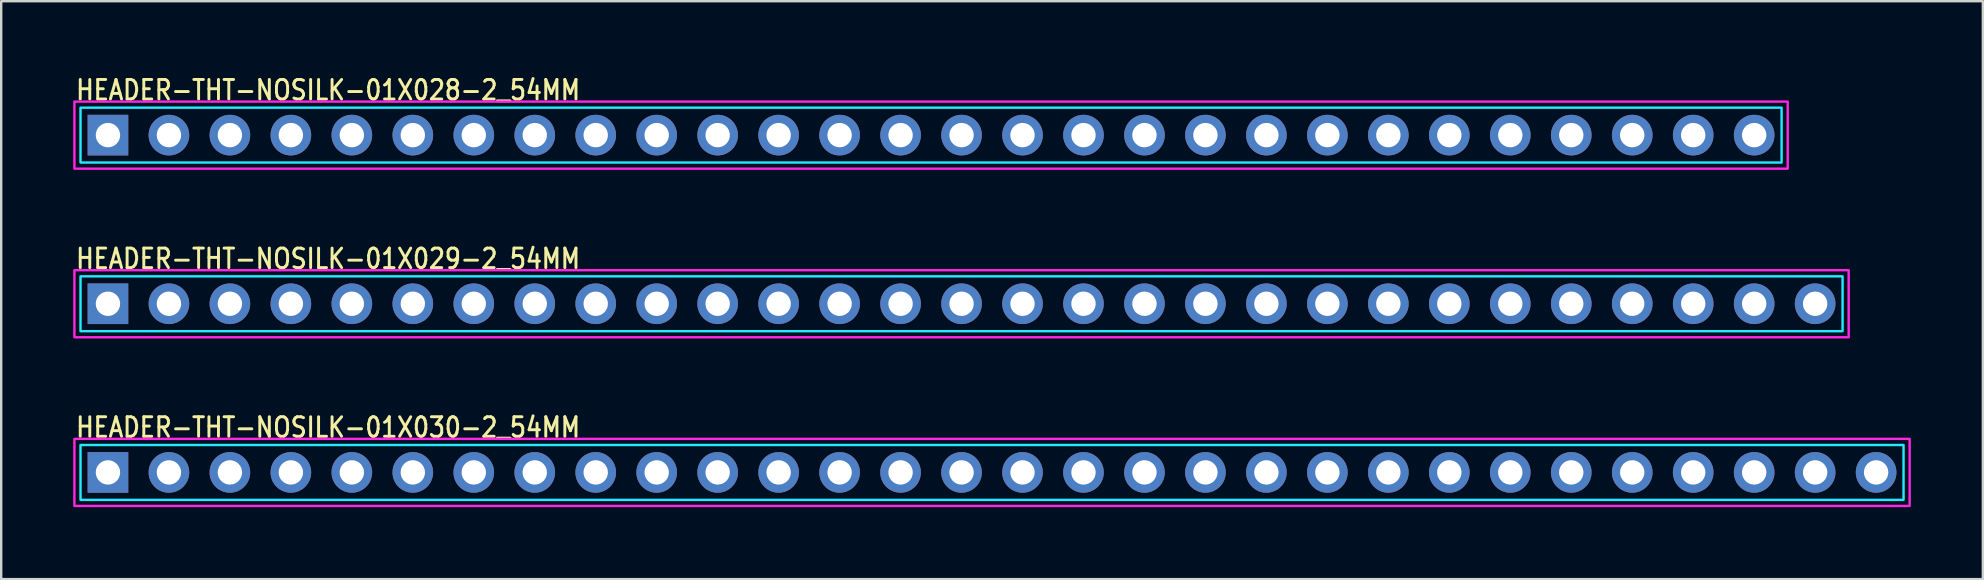
<source format=kicad_pcb>
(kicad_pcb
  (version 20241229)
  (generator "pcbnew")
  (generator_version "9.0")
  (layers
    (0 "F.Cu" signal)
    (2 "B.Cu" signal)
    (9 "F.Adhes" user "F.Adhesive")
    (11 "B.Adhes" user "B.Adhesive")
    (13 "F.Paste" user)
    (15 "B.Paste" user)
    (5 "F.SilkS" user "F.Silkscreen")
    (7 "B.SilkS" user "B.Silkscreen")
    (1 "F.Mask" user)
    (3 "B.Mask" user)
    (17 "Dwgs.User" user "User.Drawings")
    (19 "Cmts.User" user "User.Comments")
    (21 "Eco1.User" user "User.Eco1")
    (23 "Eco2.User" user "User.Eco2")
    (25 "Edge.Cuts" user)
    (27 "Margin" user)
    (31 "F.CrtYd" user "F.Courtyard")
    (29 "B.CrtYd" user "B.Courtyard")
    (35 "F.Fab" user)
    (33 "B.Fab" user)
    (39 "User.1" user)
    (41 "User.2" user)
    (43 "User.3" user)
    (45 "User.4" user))
  (footprint "HEADER-THT-NOSILK-01X029-2_54MM"
    (layer "F.Cu")
    (at 1.447 9.604)
    (property "Reference" "HEADER-THT-NOSILK-01X029-2_54MM" (at -1.4 -1.4 0) (unlocked yes) (layer "F.SilkS") (effects (font (size 0.813 0.695) (thickness 0.122)) (justify left bottom)))
    (fp_poly (pts (xy -1.143 -1.143) (xy 72.263 -1.143) (xy 72.263 1.143) (xy -1.143 1.143)) (stroke (width 0.1) (type solid)) (fill no) (layer "B.CrtYd"))
    (fp_poly (pts (xy -1.397 -1.397) (xy 72.517 -1.397) (xy 72.517 1.397) (xy -1.397 1.397)) (stroke (width 0.1) (type solid)) (fill no) (layer "F.CrtYd"))
    (pad "1" thru_hole rect (at 0 0) (size 1.693 1.693) (drill 1.016) (layers "*.Cu" "*.Mask"))
    (pad "2" thru_hole oval (at 2.54 0) (size 1.693 1.693) (drill 1.016) (layers "*.Cu" "*.Mask"))
    (pad "3" thru_hole oval (at 5.08 0) (size 1.693 1.693) (drill 1.016) (layers "*.Cu" "*.Mask"))
    (pad "4" thru_hole oval (at 7.62 0) (size 1.693 1.693) (drill 1.016) (layers "*.Cu" "*.Mask"))
    (pad "5" thru_hole oval (at 10.16 0) (size 1.693 1.693) (drill 1.016) (layers "*.Cu" "*.Mask"))
    (pad "6" thru_hole oval (at 12.7 0) (size 1.693 1.693) (drill 1.016) (layers "*.Cu" "*.Mask"))
    (pad "7" thru_hole oval (at 15.24 0) (size 1.693 1.693) (drill 1.016) (layers "*.Cu" "*.Mask"))
    (pad "8" thru_hole oval (at 17.78 0) (size 1.693 1.693) (drill 1.016) (layers "*.Cu" "*.Mask"))
    (pad "9" thru_hole oval (at 20.32 0) (size 1.693 1.693) (drill 1.016) (layers "*.Cu" "*.Mask"))
    (pad "10" thru_hole oval (at 22.86 0) (size 1.693 1.693) (drill 1.016) (layers "*.Cu" "*.Mask"))
    (pad "11" thru_hole oval (at 25.4 0) (size 1.693 1.693) (drill 1.016) (layers "*.Cu" "*.Mask"))
    (pad "12" thru_hole oval (at 27.94 0) (size 1.693 1.693) (drill 1.016) (layers "*.Cu" "*.Mask"))
    (pad "13" thru_hole oval (at 30.48 0) (size 1.693 1.693) (drill 1.016) (layers "*.Cu" "*.Mask"))
    (pad "14" thru_hole oval (at 33.02 0) (size 1.693 1.693) (drill 1.016) (layers "*.Cu" "*.Mask"))
    (pad "15" thru_hole oval (at 35.56 0) (size 1.693 1.693) (drill 1.016) (layers "*.Cu" "*.Mask"))
    (pad "16" thru_hole oval (at 38.1 0) (size 1.693 1.693) (drill 1.016) (layers "*.Cu" "*.Mask"))
    (pad "17" thru_hole oval (at 40.64 0) (size 1.693 1.693) (drill 1.016) (layers "*.Cu" "*.Mask"))
    (pad "18" thru_hole oval (at 43.18 0) (size 1.693 1.693) (drill 1.016) (layers "*.Cu" "*.Mask"))
    (pad "19" thru_hole oval (at 45.72 0) (size 1.693 1.693) (drill 1.016) (layers "*.Cu" "*.Mask"))
    (pad "20" thru_hole oval (at 48.26 0) (size 1.693 1.693) (drill 1.016) (layers "*.Cu" "*.Mask"))
    (pad "21" thru_hole oval (at 50.8 0) (size 1.693 1.693) (drill 1.016) (layers "*.Cu" "*.Mask"))
    (pad "22" thru_hole oval (at 53.34 0) (size 1.693 1.693) (drill 1.016) (layers "*.Cu" "*.Mask"))
    (pad "23" thru_hole oval (at 55.88 0) (size 1.693 1.693) (drill 1.016) (layers "*.Cu" "*.Mask"))
    (pad "24" thru_hole oval (at 58.42 0) (size 1.693 1.693) (drill 1.016) (layers "*.Cu" "*.Mask"))
    (pad "25" thru_hole oval (at 60.96 0) (size 1.693 1.693) (drill 1.016) (layers "*.Cu" "*.Mask"))
    (pad "26" thru_hole oval (at 63.5 0) (size 1.693 1.693) (drill 1.016) (layers "*.Cu" "*.Mask"))
    (pad "27" thru_hole oval (at 66.04 0) (size 1.693 1.693) (drill 1.016) (layers "*.Cu" "*.Mask"))
    (pad "28" thru_hole oval (at 68.58 0) (size 1.693 1.693) (drill 1.016) (layers "*.Cu" "*.Mask"))
    (pad "29" thru_hole oval (at 71.12 0) (size 1.693 1.693) (drill 1.016) (layers "*.Cu" "*.Mask")))
  (footprint "HEADER-THT-NOSILK-01X028-2_54MM"
    (layer "F.Cu")
    (at 1.447 2.579)
    (property "Reference" "HEADER-THT-NOSILK-01X028-2_54MM" (at -1.4 -1.4 0) (unlocked yes) (layer "F.SilkS") (effects (font (size 0.813 0.695) (thickness 0.122)) (justify left bottom)))
    (fp_poly (pts (xy -1.143 -1.143) (xy 69.723 -1.143) (xy 69.723 1.143) (xy -1.143 1.143)) (stroke (width 0.1) (type solid)) (fill no) (layer "B.CrtYd"))
    (fp_poly (pts (xy -1.397 -1.397) (xy 69.977 -1.397) (xy 69.977 1.397) (xy -1.397 1.397)) (stroke (width 0.1) (type solid)) (fill no) (layer "F.CrtYd"))
    (pad "1" thru_hole rect (at 0 0) (size 1.693 1.693) (drill 1.016) (layers "*.Cu" "*.Mask"))
    (pad "2" thru_hole oval (at 2.54 0) (size 1.693 1.693) (drill 1.016) (layers "*.Cu" "*.Mask"))
    (pad "3" thru_hole oval (at 5.08 0) (size 1.693 1.693) (drill 1.016) (layers "*.Cu" "*.Mask"))
    (pad "4" thru_hole oval (at 7.62 0) (size 1.693 1.693) (drill 1.016) (layers "*.Cu" "*.Mask"))
    (pad "5" thru_hole oval (at 10.16 0) (size 1.693 1.693) (drill 1.016) (layers "*.Cu" "*.Mask"))
    (pad "6" thru_hole oval (at 12.7 0) (size 1.693 1.693) (drill 1.016) (layers "*.Cu" "*.Mask"))
    (pad "7" thru_hole oval (at 15.24 0) (size 1.693 1.693) (drill 1.016) (layers "*.Cu" "*.Mask"))
    (pad "8" thru_hole oval (at 17.78 0) (size 1.693 1.693) (drill 1.016) (layers "*.Cu" "*.Mask"))
    (pad "9" thru_hole oval (at 20.32 0) (size 1.693 1.693) (drill 1.016) (layers "*.Cu" "*.Mask"))
    (pad "10" thru_hole oval (at 22.86 0) (size 1.693 1.693) (drill 1.016) (layers "*.Cu" "*.Mask"))
    (pad "11" thru_hole oval (at 25.4 0) (size 1.693 1.693) (drill 1.016) (layers "*.Cu" "*.Mask"))
    (pad "12" thru_hole oval (at 27.94 0) (size 1.693 1.693) (drill 1.016) (layers "*.Cu" "*.Mask"))
    (pad "13" thru_hole oval (at 30.48 0) (size 1.693 1.693) (drill 1.016) (layers "*.Cu" "*.Mask"))
    (pad "14" thru_hole oval (at 33.02 0) (size 1.693 1.693) (drill 1.016) (layers "*.Cu" "*.Mask"))
    (pad "15" thru_hole oval (at 35.56 0) (size 1.693 1.693) (drill 1.016) (layers "*.Cu" "*.Mask"))
    (pad "16" thru_hole oval (at 38.1 0) (size 1.693 1.693) (drill 1.016) (layers "*.Cu" "*.Mask"))
    (pad "17" thru_hole oval (at 40.64 0) (size 1.693 1.693) (drill 1.016) (layers "*.Cu" "*.Mask"))
    (pad "18" thru_hole oval (at 43.18 0) (size 1.693 1.693) (drill 1.016) (layers "*.Cu" "*.Mask"))
    (pad "19" thru_hole oval (at 45.72 0) (size 1.693 1.693) (drill 1.016) (layers "*.Cu" "*.Mask"))
    (pad "20" thru_hole oval (at 48.26 0) (size 1.693 1.693) (drill 1.016) (layers "*.Cu" "*.Mask"))
    (pad "21" thru_hole oval (at 50.8 0) (size 1.693 1.693) (drill 1.016) (layers "*.Cu" "*.Mask"))
    (pad "22" thru_hole oval (at 53.34 0) (size 1.693 1.693) (drill 1.016) (layers "*.Cu" "*.Mask"))
    (pad "23" thru_hole oval (at 55.88 0) (size 1.693 1.693) (drill 1.016) (layers "*.Cu" "*.Mask"))
    (pad "24" thru_hole oval (at 58.42 0) (size 1.693 1.693) (drill 1.016) (layers "*.Cu" "*.Mask"))
    (pad "25" thru_hole oval (at 60.96 0) (size 1.693 1.693) (drill 1.016) (layers "*.Cu" "*.Mask"))
    (pad "26" thru_hole oval (at 63.5 0) (size 1.693 1.693) (drill 1.016) (layers "*.Cu" "*.Mask"))
    (pad "27" thru_hole oval (at 66.04 0) (size 1.693 1.693) (drill 1.016) (layers "*.Cu" "*.Mask"))
    (pad "28" thru_hole oval (at 68.58 0) (size 1.693 1.693) (drill 1.016) (layers "*.Cu" "*.Mask")))
  (footprint "HEADER-THT-NOSILK-01X030-2_54MM"
    (layer "F.Cu")
    (at 1.447 16.63)
    (property "Reference" "HEADER-THT-NOSILK-01X030-2_54MM" (at -1.4 -1.4 0) (unlocked yes) (layer "F.SilkS") (effects (font (size 0.813 0.695) (thickness 0.122)) (justify left bottom)))
    (fp_poly (pts (xy -1.143 -1.143) (xy 74.803 -1.143) (xy 74.803 1.143) (xy -1.143 1.143)) (stroke (width 0.1) (type solid)) (fill no) (layer "B.CrtYd"))
    (fp_poly (pts (xy -1.397 -1.397) (xy 75.057 -1.397) (xy 75.057 1.397) (xy -1.397 1.397)) (stroke (width 0.1) (type solid)) (fill no) (layer "F.CrtYd"))
    (pad "1" thru_hole rect (at 0 0) (size 1.693 1.693) (drill 1.016) (layers "*.Cu" "*.Mask"))
    (pad "2" thru_hole oval (at 2.54 0) (size 1.693 1.693) (drill 1.016) (layers "*.Cu" "*.Mask"))
    (pad "3" thru_hole oval (at 5.08 0) (size 1.693 1.693) (drill 1.016) (layers "*.Cu" "*.Mask"))
    (pad "4" thru_hole oval (at 7.62 0) (size 1.693 1.693) (drill 1.016) (layers "*.Cu" "*.Mask"))
    (pad "5" thru_hole oval (at 10.16 0) (size 1.693 1.693) (drill 1.016) (layers "*.Cu" "*.Mask"))
    (pad "6" thru_hole oval (at 12.7 0) (size 1.693 1.693) (drill 1.016) (layers "*.Cu" "*.Mask"))
    (pad "7" thru_hole oval (at 15.24 0) (size 1.693 1.693) (drill 1.016) (layers "*.Cu" "*.Mask"))
    (pad "8" thru_hole oval (at 17.78 0) (size 1.693 1.693) (drill 1.016) (layers "*.Cu" "*.Mask"))
    (pad "9" thru_hole oval (at 20.32 0) (size 1.693 1.693) (drill 1.016) (layers "*.Cu" "*.Mask"))
    (pad "10" thru_hole oval (at 22.86 0) (size 1.693 1.693) (drill 1.016) (layers "*.Cu" "*.Mask"))
    (pad "11" thru_hole oval (at 25.4 0) (size 1.693 1.693) (drill 1.016) (layers "*.Cu" "*.Mask"))
    (pad "12" thru_hole oval (at 27.94 0) (size 1.693 1.693) (drill 1.016) (layers "*.Cu" "*.Mask"))
    (pad "13" thru_hole oval (at 30.48 0) (size 1.693 1.693) (drill 1.016) (layers "*.Cu" "*.Mask"))
    (pad "14" thru_hole oval (at 33.02 0) (size 1.693 1.693) (drill 1.016) (layers "*.Cu" "*.Mask"))
    (pad "15" thru_hole oval (at 35.56 0) (size 1.693 1.693) (drill 1.016) (layers "*.Cu" "*.Mask"))
    (pad "16" thru_hole oval (at 38.1 0) (size 1.693 1.693) (drill 1.016) (layers "*.Cu" "*.Mask"))
    (pad "17" thru_hole oval (at 40.64 0) (size 1.693 1.693) (drill 1.016) (layers "*.Cu" "*.Mask"))
    (pad "18" thru_hole oval (at 43.18 0) (size 1.693 1.693) (drill 1.016) (layers "*.Cu" "*.Mask"))
    (pad "19" thru_hole oval (at 45.72 0) (size 1.693 1.693) (drill 1.016) (layers "*.Cu" "*.Mask"))
    (pad "20" thru_hole oval (at 48.26 0) (size 1.693 1.693) (drill 1.016) (layers "*.Cu" "*.Mask"))
    (pad "21" thru_hole oval (at 50.8 0) (size 1.693 1.693) (drill 1.016) (layers "*.Cu" "*.Mask"))
    (pad "22" thru_hole oval (at 53.34 0) (size 1.693 1.693) (drill 1.016) (layers "*.Cu" "*.Mask"))
    (pad "23" thru_hole oval (at 55.88 0) (size 1.693 1.693) (drill 1.016) (layers "*.Cu" "*.Mask"))
    (pad "24" thru_hole oval (at 58.42 0) (size 1.693 1.693) (drill 1.016) (layers "*.Cu" "*.Mask"))
    (pad "25" thru_hole oval (at 60.96 0) (size 1.693 1.693) (drill 1.016) (layers "*.Cu" "*.Mask"))
    (pad "26" thru_hole oval (at 63.5 0) (size 1.693 1.693) (drill 1.016) (layers "*.Cu" "*.Mask"))
    (pad "27" thru_hole oval (at 66.04 0) (size 1.693 1.693) (drill 1.016) (layers "*.Cu" "*.Mask"))
    (pad "28" thru_hole oval (at 68.58 0) (size 1.693 1.693) (drill 1.016) (layers "*.Cu" "*.Mask"))
    (pad "29" thru_hole oval (at 71.12 0) (size 1.693 1.693) (drill 1.016) (layers "*.Cu" "*.Mask"))
    (pad "30" thru_hole oval (at 73.66 0) (size 1.693 1.693) (drill 1.016) (layers "*.Cu" "*.Mask")))
  (gr_rect
    (start -3 -3)
    (end 79.554 21.077)
    (stroke (width 0.1) (type default))
    (fill no)
    (layer "Edge.Cuts")))
</source>
